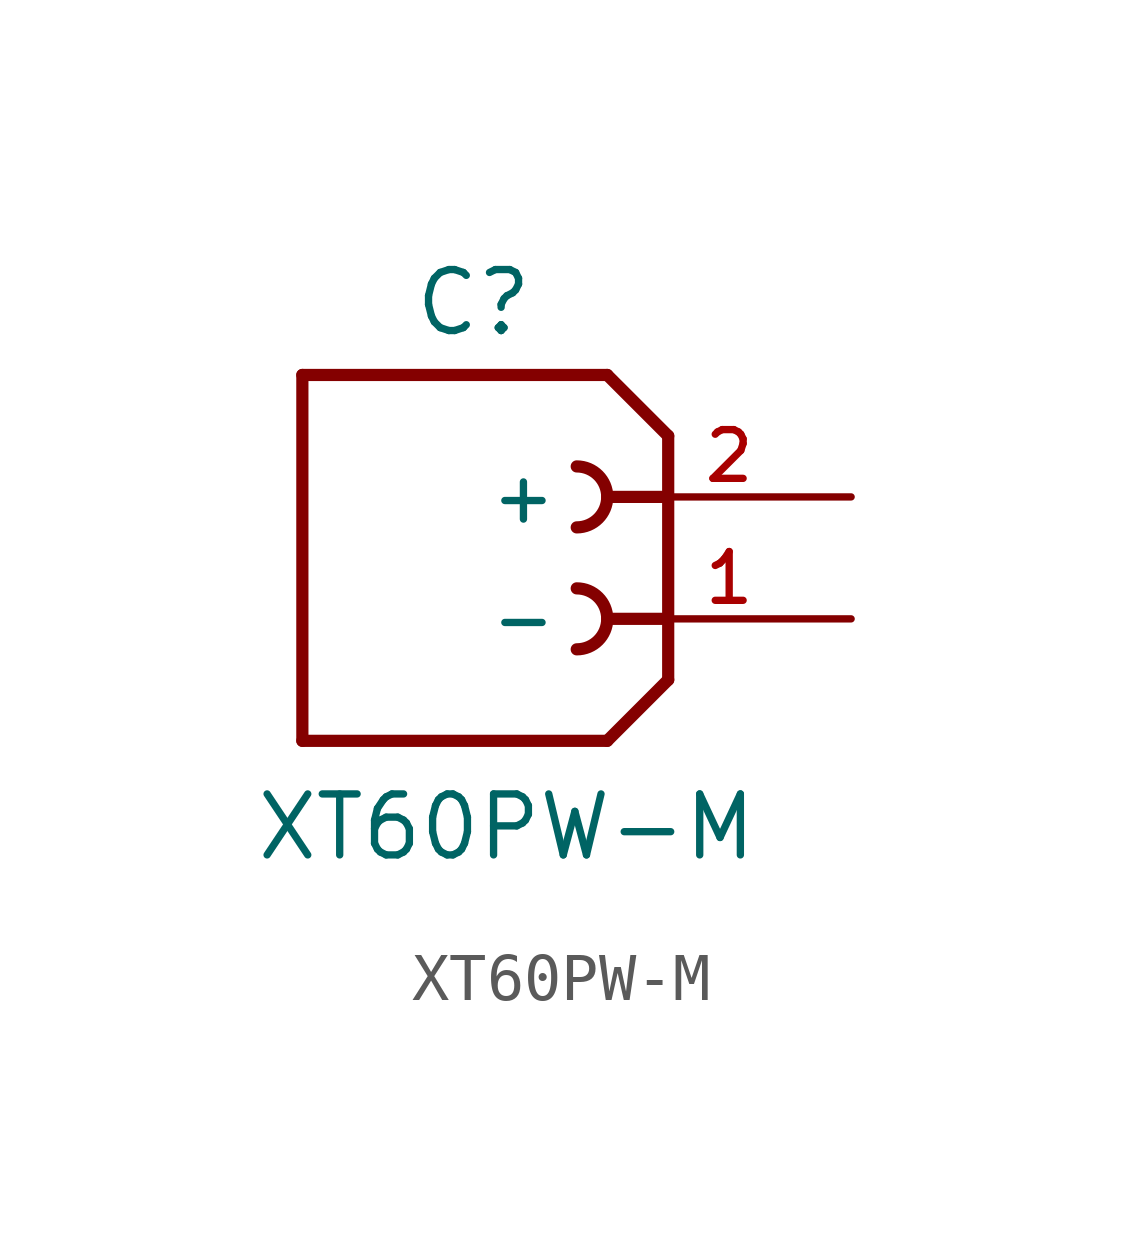
<source format=kicad_sym>
(kicad_symbol_lib
  (version 20231120)
  (generator "kicad_symbol_editor")
  (generator_version "8.0")
  (symbol "XT60PW-M"
    (pin_names
      (offset 1.016))
    (property "Reference" "C"
      (at -1.524 -0.508 0)
      (effects (font (size 1.27 1.27)) (justify left bottom)))
    (property "Value" "XT60PW-M"
      (at -4.826 -11.43 0)
      (effects (font (size 1.27 1.27)) (justify left bottom)))
    (symbol "XT60PW-M_0_0"
      (polyline (pts (xy -3.81 -8.89) (xy -3.81 -1.27)) (stroke (width 0.254) (type default)) (fill (type none)))
      (polyline (pts (xy -3.81 -1.27) (xy 2.54 -1.27)) (stroke (width 0.254) (type default)) (fill (type none)))
      (polyline (pts (xy 2.54 -8.89) (xy -3.81 -8.89)) (stroke (width 0.254) (type default)) (fill (type none)))
      (polyline (pts (xy 3.81 -7.62) (xy 2.54 -8.89)) (stroke (width 0.254) (type default)) (fill (type none)))
      (polyline (pts (xy 3.81 -6.35) (xy 2.54 -6.35)) (stroke (width 0.254) (type default)) (fill (type none)))
      (polyline (pts (xy 3.81 -3.81) (xy 2.54 -3.81)) (stroke (width 0.254) (type default)) (fill (type none)))
      (polyline (pts (xy 3.81 -3.81) (xy 3.81 -7.62)) (stroke (width 0.254) (type default)) (fill (type none)))
      (polyline (pts (xy 3.81 -2.54) (xy 2.54 -1.27)) (stroke (width 0.254) (type default)) (fill (type none)))
      (polyline (pts (xy 3.81 -2.54) (xy 3.81 -3.81)) (stroke (width 0.254) (type default)) (fill (type none)))
      (arc (start 1.905 -6.985) (mid 2.5373 -6.35) (end 1.905 -5.715) (stroke (width 0.254) (type default)) (fill (type none)))
      (arc (start 1.905 -4.445) (mid 2.5373 -3.81) (end 1.905 -3.175) (stroke (width 0.254) (type default)) (fill (type none))))
    (symbol "XT60PW-M_1_0"
      (pin power_in line (at 7.62 -6.35 180) (length 5.08) (name "-" (effects (font (size 1.016 1.016)))) (number "1" (effects (font (size 1.016 1.016)))))
      (pin power_in line (at 7.62 -3.81 180) (length 5.08) (name "+" (effects (font (size 1.016 1.016)))) (number "2" (effects (font (size 1.016 1.016))))))))
</source>
